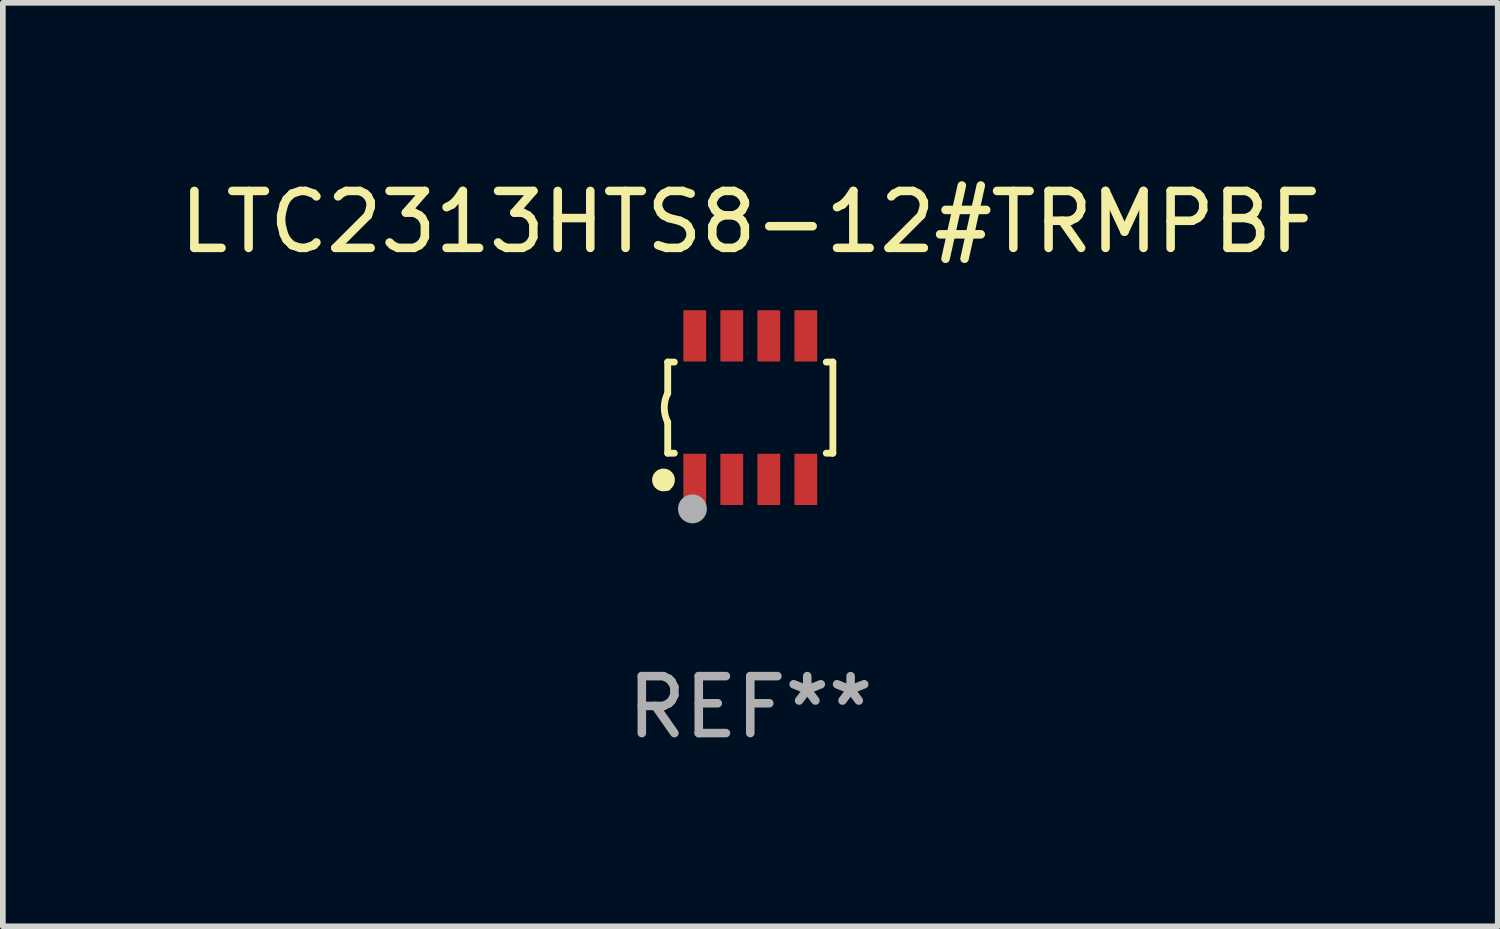
<source format=kicad_pcb>
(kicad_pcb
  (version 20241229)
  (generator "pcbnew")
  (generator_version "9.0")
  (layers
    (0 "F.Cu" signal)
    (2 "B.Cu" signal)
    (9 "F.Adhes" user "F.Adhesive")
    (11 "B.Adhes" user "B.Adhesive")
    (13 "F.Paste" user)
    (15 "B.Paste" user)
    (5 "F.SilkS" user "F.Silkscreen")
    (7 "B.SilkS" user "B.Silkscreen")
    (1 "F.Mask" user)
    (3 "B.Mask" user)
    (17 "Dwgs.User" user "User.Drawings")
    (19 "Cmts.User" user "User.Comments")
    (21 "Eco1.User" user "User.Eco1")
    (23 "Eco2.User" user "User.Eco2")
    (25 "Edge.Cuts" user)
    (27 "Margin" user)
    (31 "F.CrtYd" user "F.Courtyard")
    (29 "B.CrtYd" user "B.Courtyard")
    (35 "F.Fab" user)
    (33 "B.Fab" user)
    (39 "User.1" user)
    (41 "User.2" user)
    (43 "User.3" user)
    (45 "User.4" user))
  (footprint "LTC2313HTS8-12#TRMPBF"
    (layer "F.Cu")
    (at 10.125 4.108)
    (property "Reference" "LTC2313HTS8-12#TRMPBF" (at 0 -3.26 0) (layer "F.SilkS") (effects (font (size 1 1) (thickness 0.15))))
    (attr through_hole)
    (fp_line (start -1.45 -0.8) (end -1.45 -0.254) (stroke (width 0.12) (type solid)) (layer "F.SilkS"))
    (fp_line (start -1.45 -0.8) (end -1.334 -0.8) (stroke (width 0.12) (type solid)) (layer "F.SilkS"))
    (fp_line (start -1.45 0.8) (end -1.45 0.254) (stroke (width 0.12) (type solid)) (layer "F.SilkS"))
    (fp_line (start -1.45 0.8) (end -1.334 0.8) (stroke (width 0.12) (type solid)) (layer "F.SilkS"))
    (fp_line (start 1.334 -0.8) (end 1.45 -0.8) (stroke (width 0.12) (type solid)) (layer "F.SilkS"))
    (fp_line (start 1.334 0.8) (end 1.45 0.8) (stroke (width 0.12) (type solid)) (layer "F.SilkS"))
    (fp_line (start 1.45 0.8) (end 1.45 -0.8) (stroke (width 0.12) (type solid)) (layer "F.SilkS"))
    (fp_arc (start -1.45075 0.255144) (mid -1.510605 0.000434) (end -1.450013 -0.254102) (stroke (width 0.11999) (type solid)) (layer "F.SilkS"))
    (fp_circle (center -1.524 1.27) (end -1.424 1.27) (stroke (width 0.2) (type solid)) (fill no) (layer "F.SilkS"))
    (fp_circle (center -1.45 1.4) (end -1.42 1.4) (stroke (width 0.06) (type solid)) (fill no) (layer "F.SilkS"))
    (fp_circle (center -1.016 1.778) (end -0.889 1.778) (stroke (width 0.254) (type solid)) (fill no) (layer "F.Fab"))
    (fp_text user "REF**" (at 0 5.26 0) (layer "F.Fab") (effects (font (size 1 1) (thickness 0.15))))
    (pad "1" smd rect (at -0.975 1.26) (size 0.4 0.9) (layers "F.Cu" "F.Mask" "F.Paste"))
    (pad "2" smd rect (at -0.325 1.26) (size 0.4 0.9) (layers "F.Cu" "F.Mask" "F.Paste"))
    (pad "3" smd rect (at 0.325 1.26) (size 0.4 0.9) (layers "F.Cu" "F.Mask" "F.Paste"))
    (pad "4" smd rect (at 0.975 1.26) (size 0.4 0.9) (layers "F.Cu" "F.Mask" "F.Paste"))
    (pad "5" smd rect (at 0.975 -1.26) (size 0.4 0.9) (layers "F.Cu" "F.Mask" "F.Paste"))
    (pad "6" smd rect (at 0.325 -1.26) (size 0.4 0.9) (layers "F.Cu" "F.Mask" "F.Paste"))
    (pad "7" smd rect (at -0.325 -1.26) (size 0.4 0.9) (layers "F.Cu" "F.Mask" "F.Paste"))
    (pad "8" smd rect (at -0.975 -1.26) (size 0.4 0.9) (layers "F.Cu" "F.Mask" "F.Paste")))
  (gr_rect
    (start -3 -3)
    (end 23.25 13.216)
    (stroke (width 0.1) (type default))
    (fill no)
    (layer "Edge.Cuts")))
</source>
